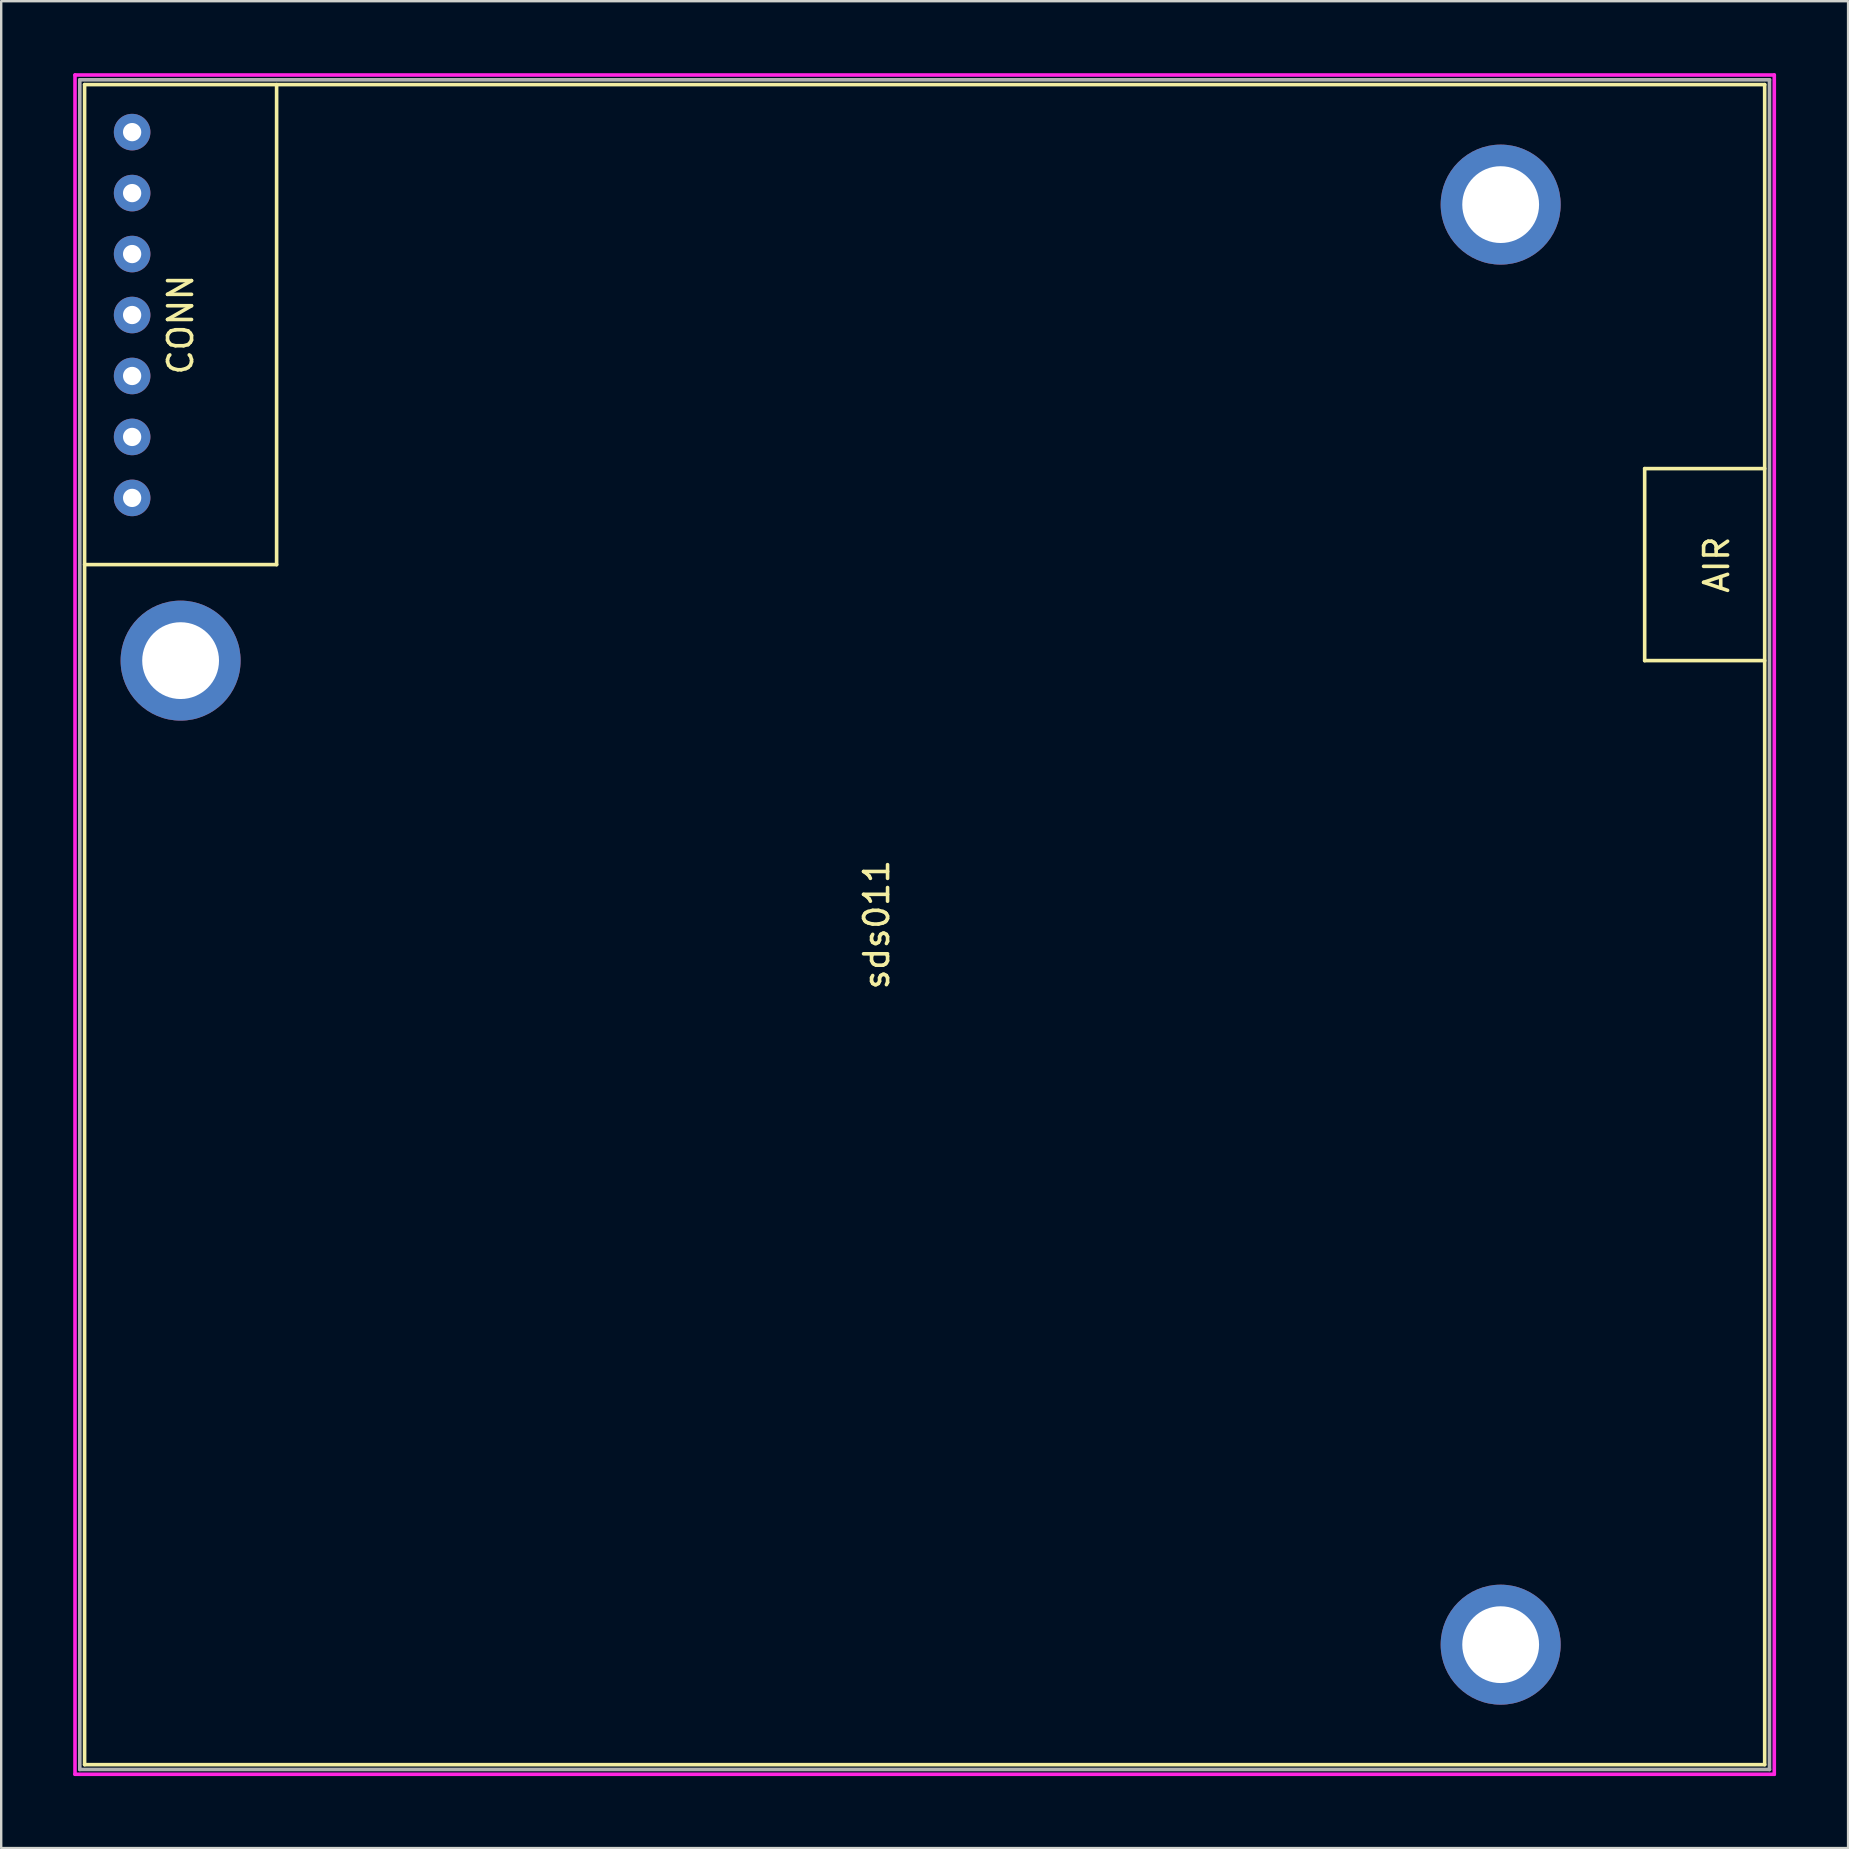
<source format=kicad_pcb>
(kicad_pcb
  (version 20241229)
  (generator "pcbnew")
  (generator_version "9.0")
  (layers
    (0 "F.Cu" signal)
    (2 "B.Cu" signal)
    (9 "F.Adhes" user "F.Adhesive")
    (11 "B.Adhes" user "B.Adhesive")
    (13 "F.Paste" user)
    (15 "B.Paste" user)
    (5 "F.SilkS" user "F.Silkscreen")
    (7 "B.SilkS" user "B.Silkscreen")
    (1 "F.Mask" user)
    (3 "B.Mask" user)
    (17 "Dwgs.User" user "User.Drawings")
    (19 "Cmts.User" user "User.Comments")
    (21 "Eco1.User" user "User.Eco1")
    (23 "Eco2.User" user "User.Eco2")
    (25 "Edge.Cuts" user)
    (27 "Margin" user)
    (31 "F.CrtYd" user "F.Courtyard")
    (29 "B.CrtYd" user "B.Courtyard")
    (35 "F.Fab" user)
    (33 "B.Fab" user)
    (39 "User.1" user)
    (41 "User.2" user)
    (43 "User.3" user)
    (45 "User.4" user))
  (footprint "sds011"
    (layer "F.Cu")
    (at 35.475 35.475)
    (property "Reference" "sds011" (at -2 0 90) (layer "F.SilkS") (effects (font (size 1 1) (thickness 0.15))))
    (attr through_hole)
    (fp_line (start -35 -35) (end 35 -35) (stroke (width 0.15) (type solid)) (layer "F.SilkS"))
    (fp_line (start -35 35) (end -35 -35) (stroke (width 0.15) (type solid)) (layer "F.SilkS"))
    (fp_line (start -27 -35) (end -27 -15) (stroke (width 0.15) (type solid)) (layer "F.SilkS"))
    (fp_line (start -27 -15) (end -35 -15) (stroke (width 0.15) (type solid)) (layer "F.SilkS"))
    (fp_line (start 30 -19) (end 35 -19) (stroke (width 0.15) (type solid)) (layer "F.SilkS"))
    (fp_line (start 30 -11) (end 30 -19) (stroke (width 0.15) (type solid)) (layer "F.SilkS"))
    (fp_line (start 35 -35) (end 35 35) (stroke (width 0.15) (type solid)) (layer "F.SilkS"))
    (fp_line (start 35 -11) (end 30 -11) (stroke (width 0.15) (type solid)) (layer "F.SilkS"))
    (fp_line (start 35 35) (end -35 35) (stroke (width 0.15) (type solid)) (layer "F.SilkS"))
    (fp_line (start -35.4 -35.4) (end 35.4 -35.4) (stroke (width 0.15) (type solid)) (layer "F.CrtYd"))
    (fp_line (start -35.4 35.4) (end -35.4 -35.4) (stroke (width 0.15) (type solid)) (layer "F.CrtYd"))
    (fp_line (start 35.4 -35.4) (end 35.4 35.4) (stroke (width 0.15) (type solid)) (layer "F.CrtYd"))
    (fp_line (start 35.4 35.4) (end -35.4 35.4) (stroke (width 0.15) (type solid)) (layer "F.CrtYd"))
    (fp_line (start -35.2 -35.2) (end -35.2 35.2) (stroke (width 0.15) (type solid)) (layer "F.Fab"))
    (fp_line (start -35.2 35.2) (end 35.2 35.2) (stroke (width 0.15) (type solid)) (layer "F.Fab"))
    (fp_line (start 35.2 -35.2) (end -35.2 -35.2) (stroke (width 0.15) (type solid)) (layer "F.Fab"))
    (fp_line (start 35.2 35.2) (end 35.2 -35.2) (stroke (width 0.15) (type solid)) (layer "F.Fab"))
    (fp_text user "AIR" (at 33 -15 90) (layer "F.SilkS") (effects (font (size 1 1) (thickness 0.15))))
    (fp_text user "CONN" (at -31 -25 90) (layer "F.SilkS") (effects (font (size 1 1) (thickness 0.15))))
    (pad "" np_thru_hole circle (at -31 -11 90) (size 5 5) (drill 3.2) (layers "*.Cu" "*.Mask"))
    (pad "" np_thru_hole circle (at 24 -30 90) (size 5 5) (drill 3.2) (layers "*.Cu" "*.Mask"))
    (pad "" np_thru_hole circle (at 24 30 90) (size 5 5) (drill 3.2) (layers "*.Cu" "*.Mask"))
    (pad "1" thru_hole circle (at -33.02 -33.02) (size 1.524 1.524) (drill 0.762) (layers "*.Cu" "*.Mask"))
    (pad "2" thru_hole circle (at -33.02 -30.48) (size 1.524 1.524) (drill 0.762) (layers "*.Cu" "*.Mask"))
    (pad "3" thru_hole circle (at -33.02 -27.94) (size 1.524 1.524) (drill 0.762) (layers "*.Cu" "*.Mask"))
    (pad "4" thru_hole circle (at -33.02 -25.4) (size 1.524 1.524) (drill 0.762) (layers "*.Cu" "*.Mask"))
    (pad "5" thru_hole circle (at -33.02 -22.86) (size 1.524 1.524) (drill 0.762) (layers "*.Cu" "*.Mask"))
    (pad "6" thru_hole circle (at -33.02 -20.32) (size 1.524 1.524) (drill 0.762) (layers "*.Cu" "*.Mask"))
    (pad "7" thru_hole circle (at -33.02 -17.78) (size 1.524 1.524) (drill 0.762) (layers "*.Cu" "*.Mask")))
  (gr_rect
    (start -3 -3)
    (end 73.95 73.95)
    (stroke (width 0.1) (type default))
    (fill no)
    (layer "Edge.Cuts")))
</source>
